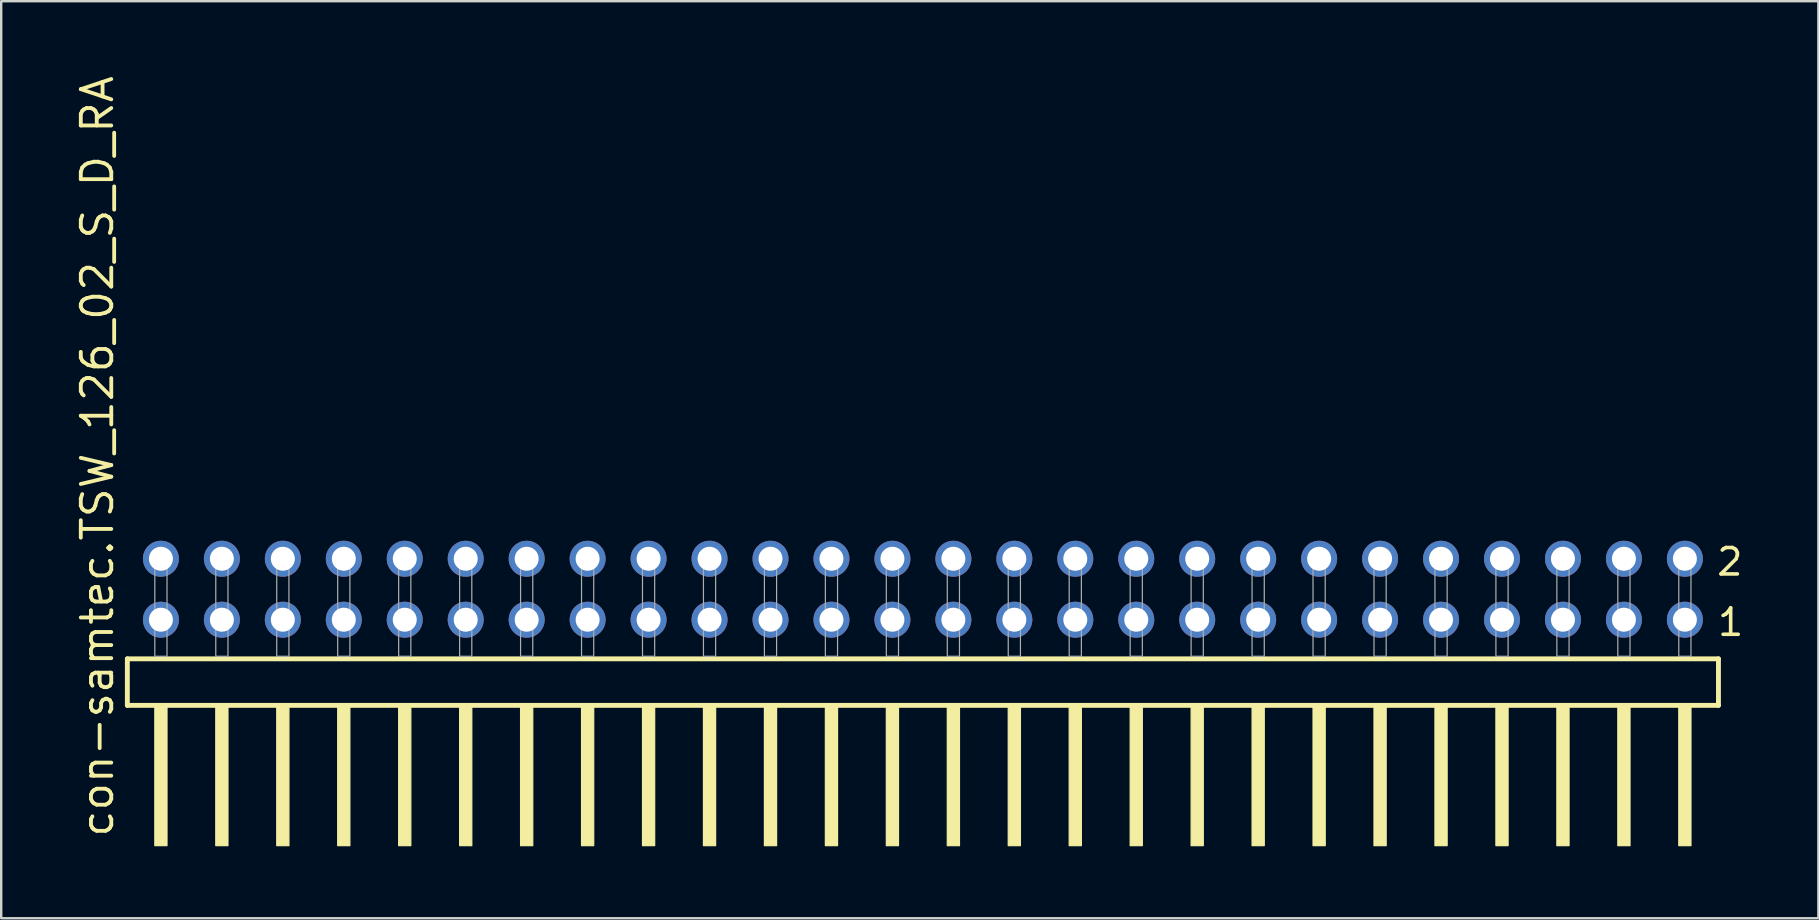
<source format=kicad_pcb>
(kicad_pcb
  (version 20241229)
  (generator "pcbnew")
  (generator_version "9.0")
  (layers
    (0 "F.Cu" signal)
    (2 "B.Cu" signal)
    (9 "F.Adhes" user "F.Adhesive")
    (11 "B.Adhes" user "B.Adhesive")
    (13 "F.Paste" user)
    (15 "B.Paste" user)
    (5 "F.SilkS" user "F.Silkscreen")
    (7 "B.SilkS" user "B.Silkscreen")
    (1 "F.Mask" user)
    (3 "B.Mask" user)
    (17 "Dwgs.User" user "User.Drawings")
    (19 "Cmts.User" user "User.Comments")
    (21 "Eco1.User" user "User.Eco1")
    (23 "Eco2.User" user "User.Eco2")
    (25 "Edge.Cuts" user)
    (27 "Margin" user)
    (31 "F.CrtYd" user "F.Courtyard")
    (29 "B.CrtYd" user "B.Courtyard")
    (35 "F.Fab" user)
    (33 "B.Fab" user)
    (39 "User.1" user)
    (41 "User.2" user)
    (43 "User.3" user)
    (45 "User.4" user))
  (footprint "con-samtec.TSW_126_02_S_D_RA"
    (layer "F.Cu")
    (at 35.405 24.296)
    (property "Reference" "con-samtec.TSW_126_02_S_D_RA" (at -33.655 7.62 90) (layer "F.SilkS") (effects (font (size 1.27 1.27) (thickness 0.16)) (justify left bottom)))
    (attr through_hole)
    (fp_line (start -33.149 0.106) (end -33.149 2.046) (stroke (width 0.203) (type default)) (layer "F.SilkS"))
    (fp_line (start -33.149 2.046) (end 33.149 2.046) (stroke (width 0.203) (type default)) (layer "F.SilkS"))
    (fp_line (start 33.149 0.106) (end -33.149 0.106) (stroke (width 0.203) (type default)) (layer "F.SilkS"))
    (fp_line (start 33.149 2.046) (end 33.149 0.106) (stroke (width 0.203) (type default)) (layer "F.SilkS"))
    (fp_rect (start -32.004 7.89) (end -31.496 2.04) (stroke (width 0.05) (type default)) (fill yes) (layer "F.SilkS"))
    (fp_rect (start -29.464 7.89) (end -28.956 2.04) (stroke (width 0.05) (type default)) (fill yes) (layer "F.SilkS"))
    (fp_rect (start -26.924 7.89) (end -26.416 2.04) (stroke (width 0.05) (type default)) (fill yes) (layer "F.SilkS"))
    (fp_rect (start -24.384 7.89) (end -23.876 2.04) (stroke (width 0.05) (type default)) (fill yes) (layer "F.SilkS"))
    (fp_rect (start -21.844 7.89) (end -21.336 2.04) (stroke (width 0.05) (type default)) (fill yes) (layer "F.SilkS"))
    (fp_rect (start -19.304 7.89) (end -18.796 2.04) (stroke (width 0.05) (type default)) (fill yes) (layer "F.SilkS"))
    (fp_rect (start -16.764 7.89) (end -16.256 2.04) (stroke (width 0.05) (type default)) (fill yes) (layer "F.SilkS"))
    (fp_rect (start -14.224 7.89) (end -13.716 2.04) (stroke (width 0.05) (type default)) (fill yes) (layer "F.SilkS"))
    (fp_rect (start -11.684 7.89) (end -11.176 2.04) (stroke (width 0.05) (type default)) (fill yes) (layer "F.SilkS"))
    (fp_rect (start -9.144 7.89) (end -8.636 2.04) (stroke (width 0.05) (type default)) (fill yes) (layer "F.SilkS"))
    (fp_rect (start -6.604 7.89) (end -6.096 2.04) (stroke (width 0.05) (type default)) (fill yes) (layer "F.SilkS"))
    (fp_rect (start -4.064 7.89) (end -3.556 2.04) (stroke (width 0.05) (type default)) (fill yes) (layer "F.SilkS"))
    (fp_rect (start -1.524 7.89) (end -1.016 2.04) (stroke (width 0.05) (type default)) (fill yes) (layer "F.SilkS"))
    (fp_rect (start 1.016 7.89) (end 1.524 2.04) (stroke (width 0.05) (type default)) (fill yes) (layer "F.SilkS"))
    (fp_rect (start 3.556 7.89) (end 4.064 2.04) (stroke (width 0.05) (type default)) (fill yes) (layer "F.SilkS"))
    (fp_rect (start 6.096 7.89) (end 6.604 2.04) (stroke (width 0.05) (type default)) (fill yes) (layer "F.SilkS"))
    (fp_rect (start 8.636 7.89) (end 9.144 2.04) (stroke (width 0.05) (type default)) (fill yes) (layer "F.SilkS"))
    (fp_rect (start 11.176 7.89) (end 11.684 2.04) (stroke (width 0.05) (type default)) (fill yes) (layer "F.SilkS"))
    (fp_rect (start 13.716 7.89) (end 14.224 2.04) (stroke (width 0.05) (type default)) (fill yes) (layer "F.SilkS"))
    (fp_rect (start 16.256 7.89) (end 16.764 2.04) (stroke (width 0.05) (type default)) (fill yes) (layer "F.SilkS"))
    (fp_rect (start 18.796 7.89) (end 19.304 2.04) (stroke (width 0.05) (type default)) (fill yes) (layer "F.SilkS"))
    (fp_rect (start 21.336 7.89) (end 21.844 2.04) (stroke (width 0.05) (type default)) (fill yes) (layer "F.SilkS"))
    (fp_rect (start 23.876 7.89) (end 24.384 2.04) (stroke (width 0.05) (type default)) (fill yes) (layer "F.SilkS"))
    (fp_rect (start 26.416 7.89) (end 26.924 2.04) (stroke (width 0.05) (type default)) (fill yes) (layer "F.SilkS"))
    (fp_rect (start 28.956 7.89) (end 29.464 2.04) (stroke (width 0.05) (type default)) (fill yes) (layer "F.SilkS"))
    (fp_rect (start 31.496 7.89) (end 32.004 2.04) (stroke (width 0.05) (type default)) (fill yes) (layer "F.SilkS"))
    (fp_rect (start -32.004 0) (end -31.496 -4.318) (stroke (width 0.05) (type default)) (fill no) (layer "F.Fab"))
    (fp_rect (start -29.464 0) (end -28.956 -4.318) (stroke (width 0.05) (type default)) (fill no) (layer "F.Fab"))
    (fp_rect (start -26.924 0) (end -26.416 -4.318) (stroke (width 0.05) (type default)) (fill no) (layer "F.Fab"))
    (fp_rect (start -24.384 0) (end -23.876 -4.318) (stroke (width 0.05) (type default)) (fill no) (layer "F.Fab"))
    (fp_rect (start -21.844 0) (end -21.336 -4.318) (stroke (width 0.05) (type default)) (fill no) (layer "F.Fab"))
    (fp_rect (start -19.304 0) (end -18.796 -4.318) (stroke (width 0.05) (type default)) (fill no) (layer "F.Fab"))
    (fp_rect (start -16.764 0) (end -16.256 -4.318) (stroke (width 0.05) (type default)) (fill no) (layer "F.Fab"))
    (fp_rect (start -14.224 0) (end -13.716 -4.318) (stroke (width 0.05) (type default)) (fill no) (layer "F.Fab"))
    (fp_rect (start -11.684 0) (end -11.176 -4.318) (stroke (width 0.05) (type default)) (fill no) (layer "F.Fab"))
    (fp_rect (start -9.144 0) (end -8.636 -4.318) (stroke (width 0.05) (type default)) (fill no) (layer "F.Fab"))
    (fp_rect (start -6.604 0) (end -6.096 -4.318) (stroke (width 0.05) (type default)) (fill no) (layer "F.Fab"))
    (fp_rect (start -4.064 0) (end -3.556 -4.318) (stroke (width 0.05) (type default)) (fill no) (layer "F.Fab"))
    (fp_rect (start -1.524 0) (end -1.016 -4.318) (stroke (width 0.05) (type default)) (fill no) (layer "F.Fab"))
    (fp_rect (start 1.016 0) (end 1.524 -4.318) (stroke (width 0.05) (type default)) (fill no) (layer "F.Fab"))
    (fp_rect (start 3.556 0) (end 4.064 -4.318) (stroke (width 0.05) (type default)) (fill no) (layer "F.Fab"))
    (fp_rect (start 6.096 0) (end 6.604 -4.318) (stroke (width 0.05) (type default)) (fill no) (layer "F.Fab"))
    (fp_rect (start 8.636 0) (end 9.144 -4.318) (stroke (width 0.05) (type default)) (fill no) (layer "F.Fab"))
    (fp_rect (start 11.176 0) (end 11.684 -4.318) (stroke (width 0.05) (type default)) (fill no) (layer "F.Fab"))
    (fp_rect (start 13.716 0) (end 14.224 -4.318) (stroke (width 0.05) (type default)) (fill no) (layer "F.Fab"))
    (fp_rect (start 16.256 0) (end 16.764 -4.318) (stroke (width 0.05) (type default)) (fill no) (layer "F.Fab"))
    (fp_rect (start 18.796 0) (end 19.304 -4.318) (stroke (width 0.05) (type default)) (fill no) (layer "F.Fab"))
    (fp_rect (start 21.336 0) (end 21.844 -4.318) (stroke (width 0.05) (type default)) (fill no) (layer "F.Fab"))
    (fp_rect (start 23.876 0) (end 24.384 -4.318) (stroke (width 0.05) (type default)) (fill no) (layer "F.Fab"))
    (fp_rect (start 26.416 0) (end 26.924 -4.318) (stroke (width 0.05) (type default)) (fill no) (layer "F.Fab"))
    (fp_rect (start 28.956 0) (end 29.464 -4.318) (stroke (width 0.05) (type default)) (fill no) (layer "F.Fab"))
    (fp_rect (start 31.496 0) (end 32.004 -4.318) (stroke (width 0.05) (type default)) (fill no) (layer "F.Fab"))
    (fp_text user "1" (at 33.035 -0.775 0) (layer "F.SilkS") (effects (font (size 1.1 1.1) (thickness 0.15)) (justify left bottom)))
    (fp_text user "2" (at 33 -3.29 0) (layer "F.SilkS") (effects (font (size 1.1 1.1) (thickness 0.15)) (justify left bottom)))
    (pad "1" thru_hole circle (at 31.75 -1.524 180) (size 1.5 1.5) (drill 1) (layers "*.Cu" "*.Mask"))
    (pad "2" thru_hole circle (at 31.75 -4.064 180) (size 1.5 1.5) (drill 1) (layers "*.Cu" "*.Mask"))
    (pad "3" thru_hole circle (at 29.21 -1.524 180) (size 1.5 1.5) (drill 1) (layers "*.Cu" "*.Mask"))
    (pad "4" thru_hole circle (at 29.21 -4.064 180) (size 1.5 1.5) (drill 1) (layers "*.Cu" "*.Mask"))
    (pad "5" thru_hole circle (at 26.67 -1.524 180) (size 1.5 1.5) (drill 1) (layers "*.Cu" "*.Mask"))
    (pad "6" thru_hole circle (at 26.67 -4.064 180) (size 1.5 1.5) (drill 1) (layers "*.Cu" "*.Mask"))
    (pad "7" thru_hole circle (at 24.13 -1.524 180) (size 1.5 1.5) (drill 1) (layers "*.Cu" "*.Mask"))
    (pad "8" thru_hole circle (at 24.13 -4.064 180) (size 1.5 1.5) (drill 1) (layers "*.Cu" "*.Mask"))
    (pad "9" thru_hole circle (at 21.59 -1.524 180) (size 1.5 1.5) (drill 1) (layers "*.Cu" "*.Mask"))
    (pad "10" thru_hole circle (at 21.59 -4.064 180) (size 1.5 1.5) (drill 1) (layers "*.Cu" "*.Mask"))
    (pad "11" thru_hole circle (at 19.05 -1.524 180) (size 1.5 1.5) (drill 1) (layers "*.Cu" "*.Mask"))
    (pad "12" thru_hole circle (at 19.05 -4.064 180) (size 1.5 1.5) (drill 1) (layers "*.Cu" "*.Mask"))
    (pad "13" thru_hole circle (at 16.51 -1.524 180) (size 1.5 1.5) (drill 1) (layers "*.Cu" "*.Mask"))
    (pad "14" thru_hole circle (at 16.51 -4.064 180) (size 1.5 1.5) (drill 1) (layers "*.Cu" "*.Mask"))
    (pad "15" thru_hole circle (at 13.97 -1.524 180) (size 1.5 1.5) (drill 1) (layers "*.Cu" "*.Mask"))
    (pad "16" thru_hole circle (at 13.97 -4.064 180) (size 1.5 1.5) (drill 1) (layers "*.Cu" "*.Mask"))
    (pad "17" thru_hole circle (at 11.43 -1.524 180) (size 1.5 1.5) (drill 1) (layers "*.Cu" "*.Mask"))
    (pad "18" thru_hole circle (at 11.43 -4.064 180) (size 1.5 1.5) (drill 1) (layers "*.Cu" "*.Mask"))
    (pad "19" thru_hole circle (at 8.89 -1.524 180) (size 1.5 1.5) (drill 1) (layers "*.Cu" "*.Mask"))
    (pad "20" thru_hole circle (at 8.89 -4.064 180) (size 1.5 1.5) (drill 1) (layers "*.Cu" "*.Mask"))
    (pad "21" thru_hole circle (at 6.35 -1.524 180) (size 1.5 1.5) (drill 1) (layers "*.Cu" "*.Mask"))
    (pad "22" thru_hole circle (at 6.35 -4.064 180) (size 1.5 1.5) (drill 1) (layers "*.Cu" "*.Mask"))
    (pad "23" thru_hole circle (at 3.81 -1.524 180) (size 1.5 1.5) (drill 1) (layers "*.Cu" "*.Mask"))
    (pad "24" thru_hole circle (at 3.81 -4.064 180) (size 1.5 1.5) (drill 1) (layers "*.Cu" "*.Mask"))
    (pad "25" thru_hole circle (at 1.27 -1.524 180) (size 1.5 1.5) (drill 1) (layers "*.Cu" "*.Mask"))
    (pad "26" thru_hole circle (at 1.27 -4.064 180) (size 1.5 1.5) (drill 1) (layers "*.Cu" "*.Mask"))
    (pad "27" thru_hole circle (at -1.27 -1.524 180) (size 1.5 1.5) (drill 1) (layers "*.Cu" "*.Mask"))
    (pad "28" thru_hole circle (at -1.27 -4.064 180) (size 1.5 1.5) (drill 1) (layers "*.Cu" "*.Mask"))
    (pad "29" thru_hole circle (at -3.81 -1.524 180) (size 1.5 1.5) (drill 1) (layers "*.Cu" "*.Mask"))
    (pad "30" thru_hole circle (at -3.81 -4.064 180) (size 1.5 1.5) (drill 1) (layers "*.Cu" "*.Mask"))
    (pad "31" thru_hole circle (at -6.35 -1.524 180) (size 1.5 1.5) (drill 1) (layers "*.Cu" "*.Mask"))
    (pad "32" thru_hole circle (at -6.35 -4.064 180) (size 1.5 1.5) (drill 1) (layers "*.Cu" "*.Mask"))
    (pad "33" thru_hole circle (at -8.89 -1.524 180) (size 1.5 1.5) (drill 1) (layers "*.Cu" "*.Mask"))
    (pad "34" thru_hole circle (at -8.89 -4.064 180) (size 1.5 1.5) (drill 1) (layers "*.Cu" "*.Mask"))
    (pad "35" thru_hole circle (at -11.43 -1.524 180) (size 1.5 1.5) (drill 1) (layers "*.Cu" "*.Mask"))
    (pad "36" thru_hole circle (at -11.43 -4.064 180) (size 1.5 1.5) (drill 1) (layers "*.Cu" "*.Mask"))
    (pad "37" thru_hole circle (at -13.97 -1.524 180) (size 1.5 1.5) (drill 1) (layers "*.Cu" "*.Mask"))
    (pad "38" thru_hole circle (at -13.97 -4.064 180) (size 1.5 1.5) (drill 1) (layers "*.Cu" "*.Mask"))
    (pad "39" thru_hole circle (at -16.51 -1.524 180) (size 1.5 1.5) (drill 1) (layers "*.Cu" "*.Mask"))
    (pad "40" thru_hole circle (at -16.51 -4.064 180) (size 1.5 1.5) (drill 1) (layers "*.Cu" "*.Mask"))
    (pad "41" thru_hole circle (at -19.05 -1.524 180) (size 1.5 1.5) (drill 1) (layers "*.Cu" "*.Mask"))
    (pad "42" thru_hole circle (at -19.05 -4.064 180) (size 1.5 1.5) (drill 1) (layers "*.Cu" "*.Mask"))
    (pad "43" thru_hole circle (at -21.59 -1.524 180) (size 1.5 1.5) (drill 1) (layers "*.Cu" "*.Mask"))
    (pad "44" thru_hole circle (at -21.59 -4.064 180) (size 1.5 1.5) (drill 1) (layers "*.Cu" "*.Mask"))
    (pad "45" thru_hole circle (at -24.13 -1.524 180) (size 1.5 1.5) (drill 1) (layers "*.Cu" "*.Mask"))
    (pad "46" thru_hole circle (at -24.13 -4.064 180) (size 1.5 1.5) (drill 1) (layers "*.Cu" "*.Mask"))
    (pad "47" thru_hole circle (at -26.67 -1.524 180) (size 1.5 1.5) (drill 1) (layers "*.Cu" "*.Mask"))
    (pad "48" thru_hole circle (at -26.67 -4.064 180) (size 1.5 1.5) (drill 1) (layers "*.Cu" "*.Mask"))
    (pad "49" thru_hole circle (at -29.21 -1.524 180) (size 1.5 1.5) (drill 1) (layers "*.Cu" "*.Mask"))
    (pad "50" thru_hole circle (at -29.21 -4.064 180) (size 1.5 1.5) (drill 1) (layers "*.Cu" "*.Mask"))
    (pad "51" thru_hole circle (at -31.75 -1.524 180) (size 1.5 1.5) (drill 1) (layers "*.Cu" "*.Mask"))
    (pad "52" thru_hole circle (at -31.75 -4.064 180) (size 1.5 1.5) (drill 1) (layers "*.Cu" "*.Mask")))
  (gr_rect
    (start -3 -3)
    (end 72.718 35.211)
    (stroke (width 0.1) (type default))
    (fill no)
    (layer "Edge.Cuts")))
</source>
